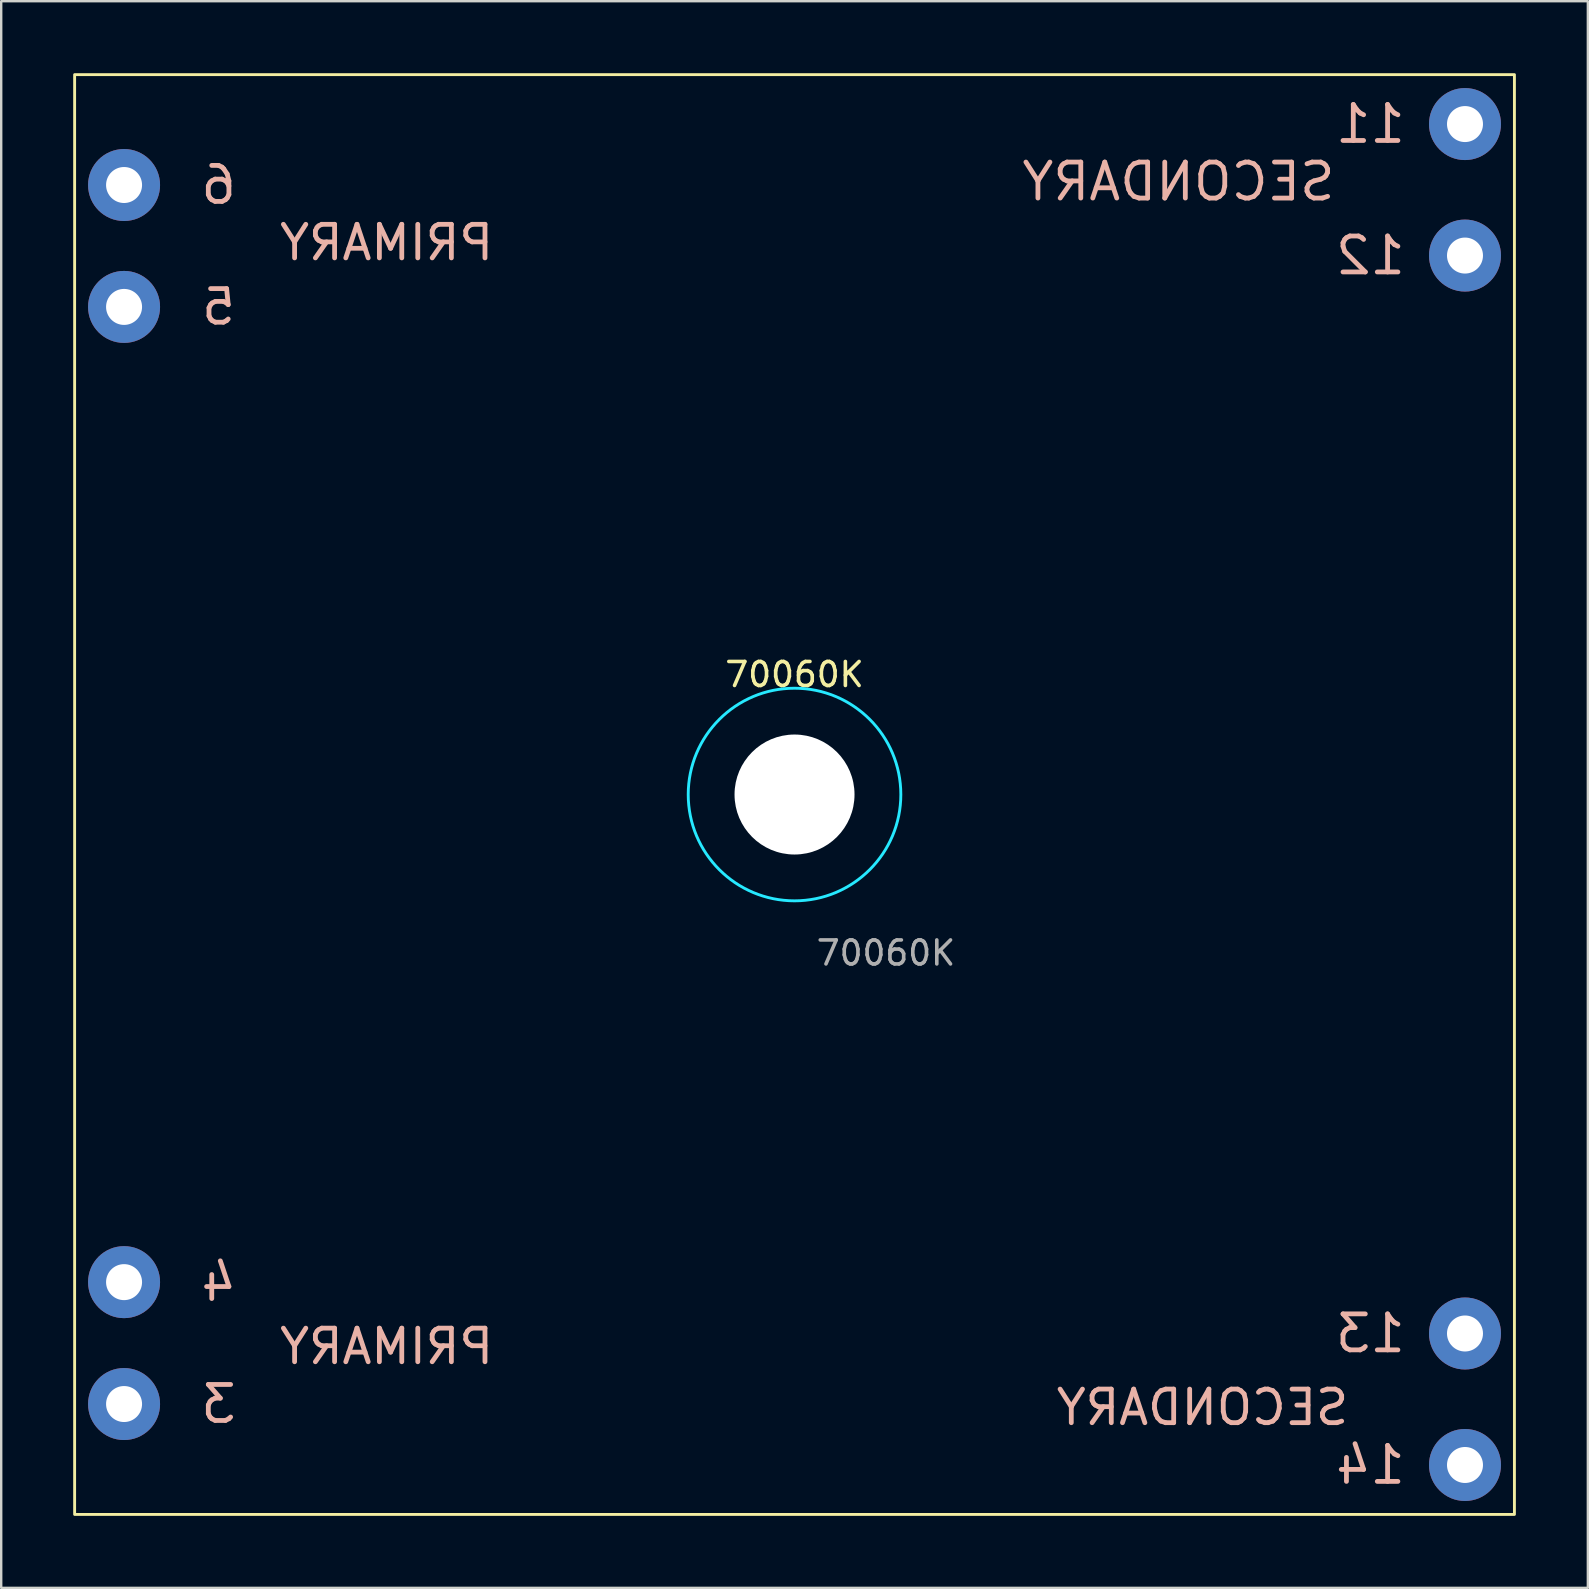
<source format=kicad_pcb>
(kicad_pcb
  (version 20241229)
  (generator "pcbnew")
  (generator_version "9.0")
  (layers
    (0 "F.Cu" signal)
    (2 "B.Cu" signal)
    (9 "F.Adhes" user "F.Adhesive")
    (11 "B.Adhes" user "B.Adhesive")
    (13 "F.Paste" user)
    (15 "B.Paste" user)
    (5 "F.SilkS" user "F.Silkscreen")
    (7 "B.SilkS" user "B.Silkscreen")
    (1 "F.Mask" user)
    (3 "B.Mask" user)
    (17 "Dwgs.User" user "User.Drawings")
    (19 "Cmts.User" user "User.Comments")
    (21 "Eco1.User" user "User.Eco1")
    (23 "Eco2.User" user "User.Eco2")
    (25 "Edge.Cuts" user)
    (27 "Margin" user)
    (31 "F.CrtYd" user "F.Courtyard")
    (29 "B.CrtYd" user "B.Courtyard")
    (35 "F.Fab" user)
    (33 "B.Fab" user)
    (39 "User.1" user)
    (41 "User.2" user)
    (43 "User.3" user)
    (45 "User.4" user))
  (footprint "70060K"
    (layer "F.Cu")
    (at 30.06 30.06)
    (property "Reference" "70060K" (at 0 -5 0) (unlocked yes) (layer "F.SilkS") (effects (font (size 1 1) (thickness 0.15))))
    (attr through_hole)
    (fp_rect (start 30 -30) (end -30 30) (stroke (width 0.12) (type solid)) (fill no) (layer "F.SilkS"))
    (fp_circle (center 0 0) (end 4.43 0) (stroke (width 0.12) (type solid)) (fill no) (layer "B.CrtYd"))
    (fp_text user "6" (at -24 -25.4 0) (unlocked yes) (layer "B.SilkS") (effects (font (size 1.5 1.5) (thickness 0.2)) (justify mirror)))
    (fp_text user "13" (at 24 22.46 0) (unlocked yes) (layer "B.SilkS") (effects (font (size 1.5 1.5) (thickness 0.2)) (justify mirror)))
    (fp_text user "11" (at 24 -27.94 0) (unlocked yes) (layer "B.SilkS") (effects (font (size 1.5 1.5) (thickness 0.2)) (justify mirror)))
    (fp_text user "4" (at -24 20.32 0) (unlocked yes) (layer "B.SilkS") (effects (font (size 1.5 1.5) (thickness 0.2)) (justify mirror)))
    (fp_text user "14" (at 24 27.94 0) (unlocked yes) (layer "B.SilkS") (effects (font (size 1.5 1.5) (thickness 0.2)) (justify mirror)))
    (fp_text user "SECONDARY" (at 17 25.54 0) (unlocked yes) (layer "B.SilkS") (effects (font (size 1.4 1.4) (thickness 0.2)) (justify mirror)))
    (fp_text user "SECONDARY" (at 16 -25.54 0) (unlocked yes) (layer "B.SilkS") (effects (font (size 1.5 1.5) (thickness 0.2)) (justify mirror)))
    (fp_text user "12" (at 24 -22.46 0) (unlocked yes) (layer "B.SilkS") (effects (font (size 1.5 1.5) (thickness 0.2)) (justify mirror)))
    (fp_text user "PRIMARY" (at -17 -23 0) (unlocked yes) (layer "B.SilkS") (effects (font (size 1.4 1.4) (thickness 0.2)) (justify mirror)))
    (fp_text user "3" (at -24 25.4 0) (unlocked yes) (layer "B.SilkS") (effects (font (size 1.5 1.5) (thickness 0.2)) (justify mirror)))
    (fp_text user "PRIMARY" (at -17 23 0) (unlocked yes) (layer "B.SilkS") (effects (font (size 1.4 1.4) (thickness 0.2)) (justify mirror)))
    (fp_text user "5" (at -24 -20.32 0) (unlocked yes) (layer "B.SilkS") (effects (font (size 1.4 1.4) (thickness 0.2)) (justify mirror)))
    (fp_text user "${REFERENCE}" (at 3.81 6.604 0) (unlocked yes) (layer "F.Fab") (effects (font (size 1 1) (thickness 0.15))))
    (pad "" np_thru_hole circle (at 0 0) (size 5 5) (drill 5) (layers "*.Cu" "*.Mask"))
    (pad "3" thru_hole circle (at -27.94 25.4) (size 3 3) (drill 1.5) (layers "*.Cu" "*.Mask"))
    (pad "4" thru_hole circle (at -27.94 20.32) (size 3 3) (drill 1.5) (layers "*.Cu" "*.Mask"))
    (pad "5" thru_hole circle (at -27.94 -20.32) (size 3 3) (drill 1.5) (layers "*.Cu" "*.Mask"))
    (pad "6" thru_hole circle (at -27.94 -25.4) (size 3 3) (drill 1.5) (layers "*.Cu" "*.Mask"))
    (pad "11" thru_hole circle (at 27.94 -27.94) (size 3 3) (drill 1.5) (layers "*.Cu" "*.Mask"))
    (pad "12" thru_hole circle (at 27.94 -22.46) (size 3 3) (drill 1.5) (layers "*.Cu" "*.Mask"))
    (pad "13" thru_hole circle (at 27.94 22.46) (size 3 3) (drill 1.5) (layers "*.Cu" "*.Mask"))
    (pad "14" thru_hole circle (at 27.94 27.94) (size 3 3) (drill 1.5) (layers "*.Cu" "*.Mask")))
  (gr_rect
    (start -3 -3)
    (end 63.12 63.12)
    (stroke (width 0.1) (type default))
    (fill no)
    (layer "Edge.Cuts")))
</source>
